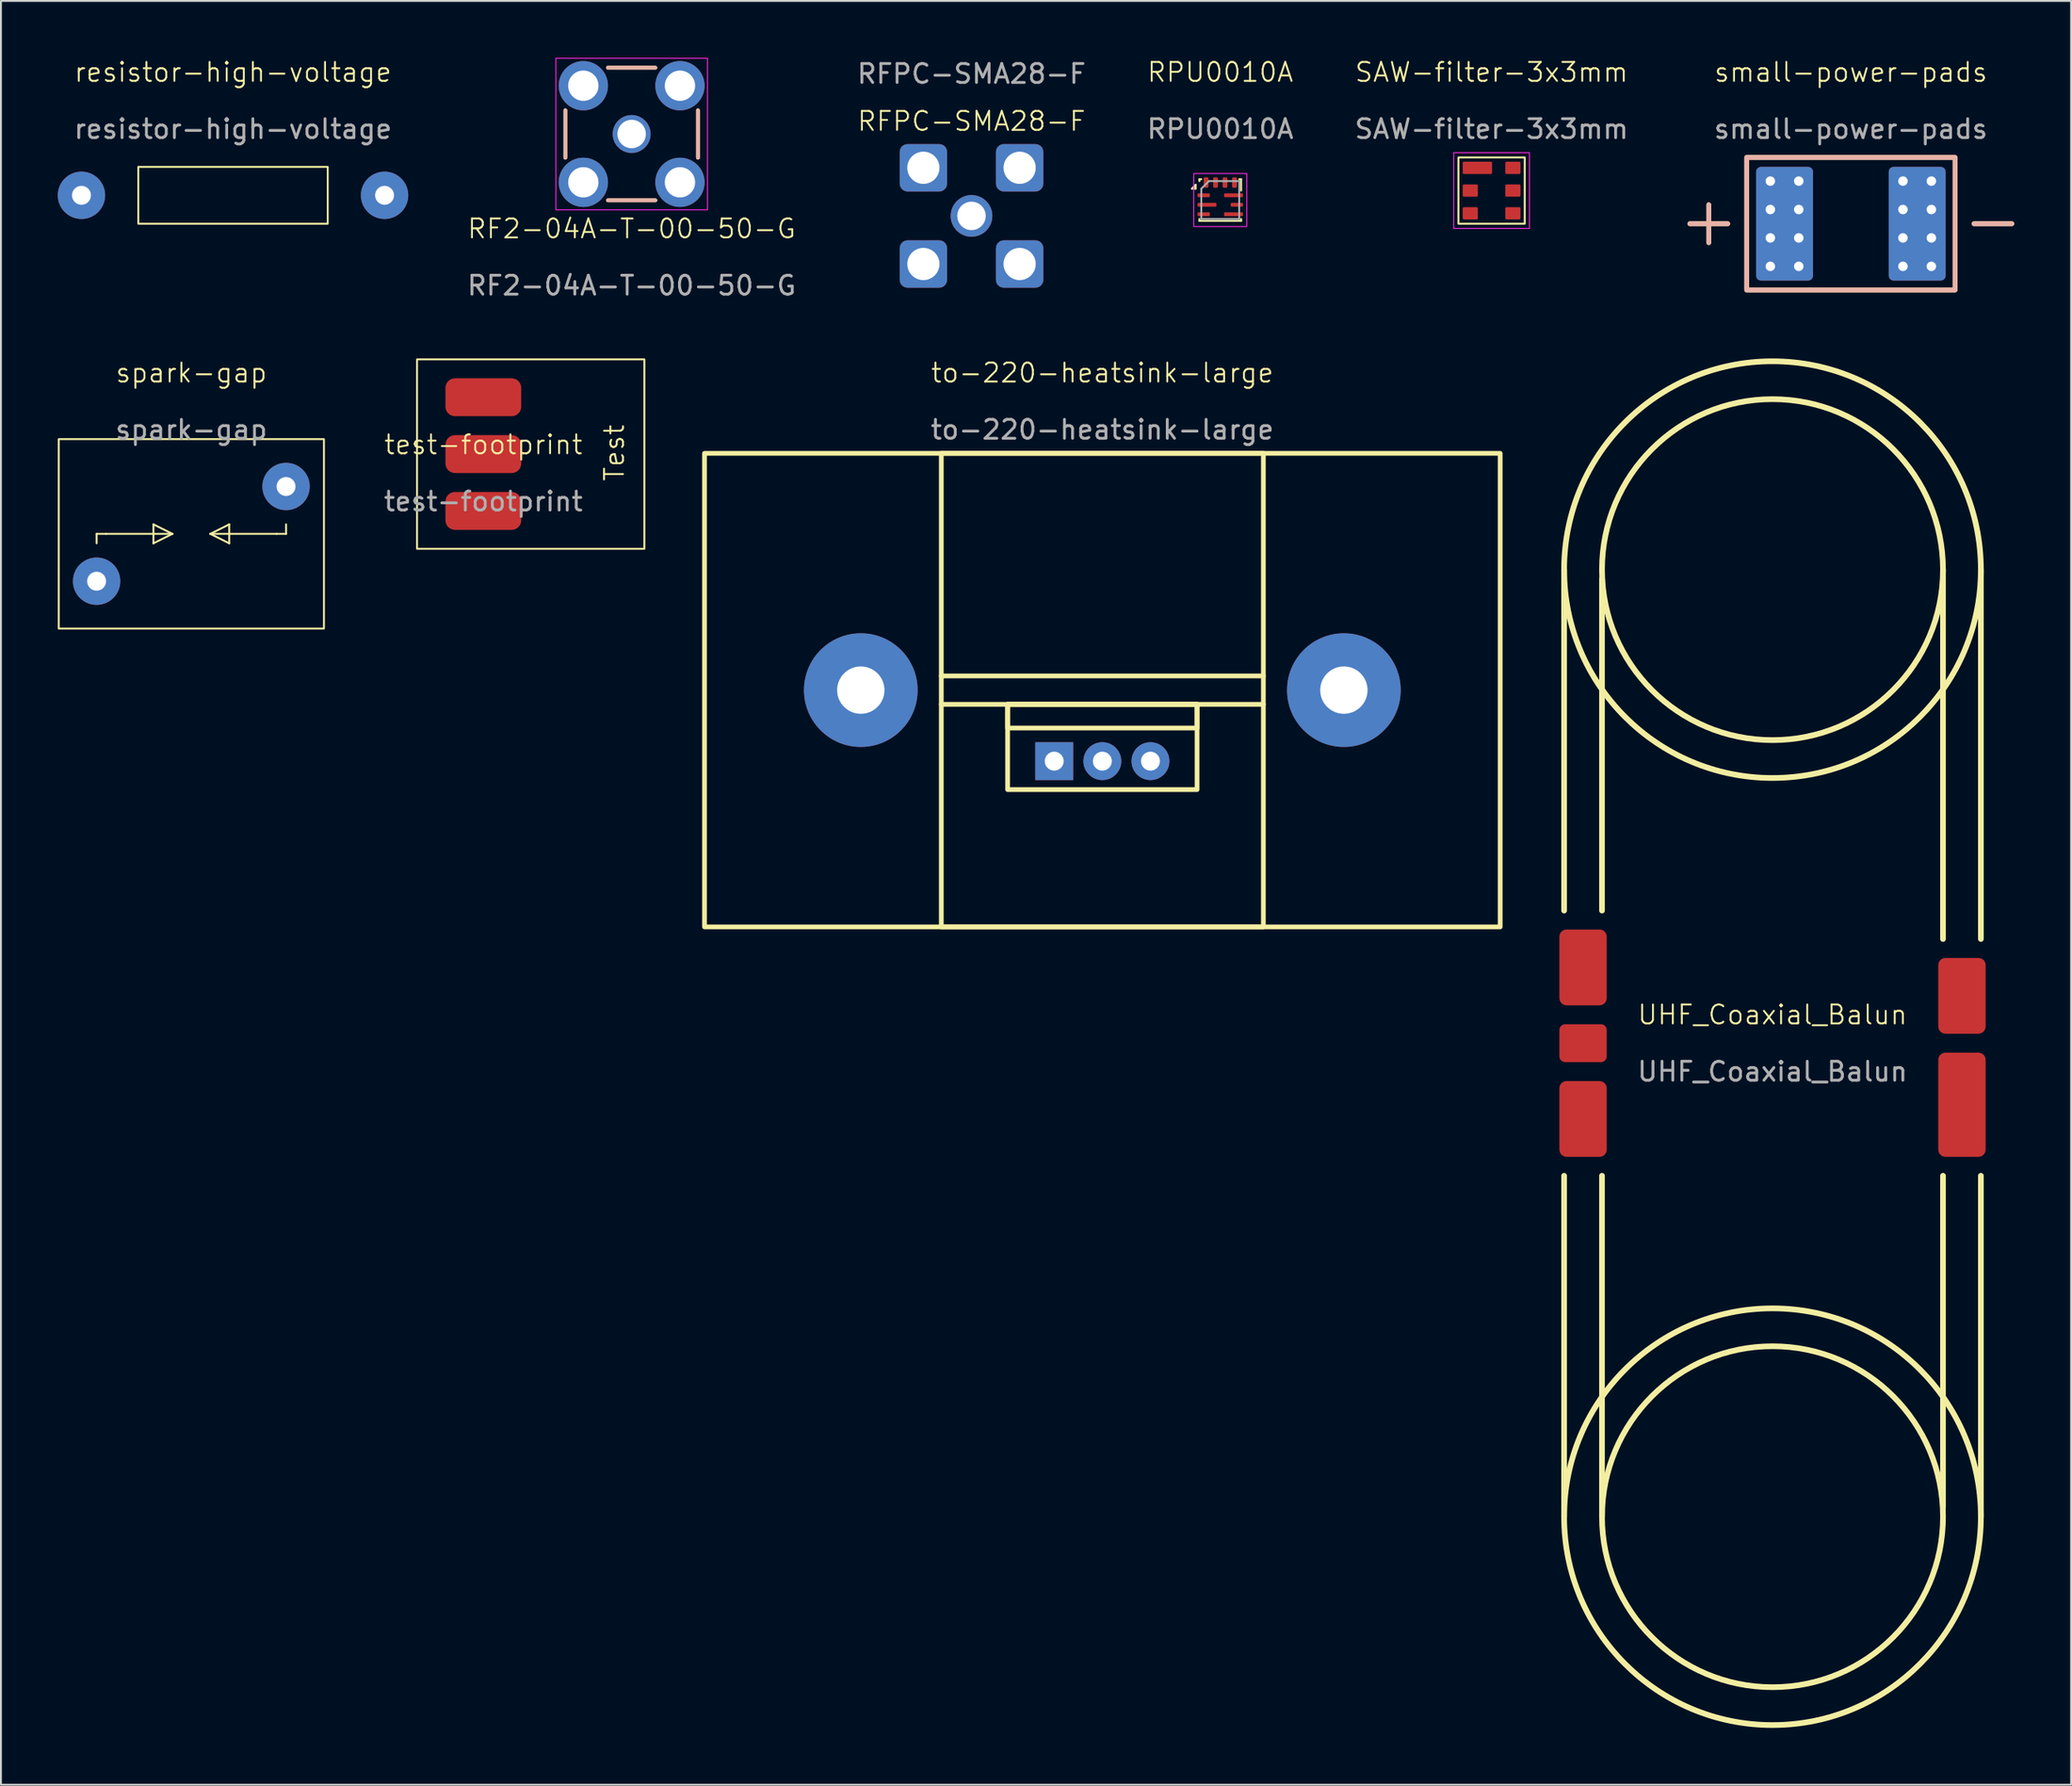
<source format=kicad_pcb>
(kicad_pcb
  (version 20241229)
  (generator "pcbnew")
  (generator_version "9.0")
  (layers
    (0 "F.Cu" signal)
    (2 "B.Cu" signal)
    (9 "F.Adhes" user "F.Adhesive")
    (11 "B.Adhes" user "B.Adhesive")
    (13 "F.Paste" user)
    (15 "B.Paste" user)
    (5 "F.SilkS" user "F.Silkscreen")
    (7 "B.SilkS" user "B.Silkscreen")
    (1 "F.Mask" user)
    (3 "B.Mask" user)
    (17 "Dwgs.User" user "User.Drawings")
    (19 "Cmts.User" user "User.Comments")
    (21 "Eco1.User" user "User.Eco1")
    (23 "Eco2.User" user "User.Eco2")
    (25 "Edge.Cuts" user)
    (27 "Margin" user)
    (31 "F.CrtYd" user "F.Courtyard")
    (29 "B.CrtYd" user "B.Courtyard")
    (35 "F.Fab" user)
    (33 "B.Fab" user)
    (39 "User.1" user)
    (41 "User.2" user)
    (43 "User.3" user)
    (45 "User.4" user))
  (footprint "UHF_Coaxial_Balun"
    (layer "F.Cu")
    (at 90.513 52.023)
    (property "Reference" "UHF_Coaxial_Balun" (at 0 -1.5 0) (unlocked yes) (layer "F.SilkS") (effects (font (size 1 1) (thickness 0.1))))
    (attr through_hole)
    (fp_line (start -11 -7) (end -11 -25) (stroke (width 0.3) (type solid)) (layer "F.SilkS"))
    (fp_line (start -11 7) (end -11 25) (stroke (width 0.3) (type solid)) (layer "F.SilkS"))
    (fp_line (start -9 -7) (end -9 -24.5) (stroke (width 0.3) (type solid)) (layer "F.SilkS"))
    (fp_line (start -9 7) (end -9 25) (stroke (width 0.3) (type solid)) (layer "F.SilkS"))
    (fp_line (start 9 -5.5) (end 9 -25) (stroke (width 0.3) (type solid)) (layer "F.SilkS"))
    (fp_line (start 9 7) (end 9 24.5) (stroke (width 0.3) (type solid)) (layer "F.SilkS"))
    (fp_line (start 11 -5.5) (end 11 -25) (stroke (width 0.3) (type solid)) (layer "F.SilkS"))
    (fp_line (start 11 7) (end 11 25) (stroke (width 0.3) (type solid)) (layer "F.SilkS"))
    (fp_circle (center 0 -25) (end 9 -25) (stroke (width 0.3) (type solid)) (fill no) (layer "F.SilkS"))
    (fp_circle (center 0 -25) (end 11 -25) (stroke (width 0.3) (type solid)) (fill no) (layer "F.SilkS"))
    (fp_circle (center 0 25) (end -11 25) (stroke (width 0.3) (type solid)) (fill no) (layer "F.SilkS"))
    (fp_circle (center 0 25) (end -9 25) (stroke (width 0.3) (type solid)) (fill no) (layer "F.SilkS"))
    (fp_text user "${REFERENCE}" (at 0 1.5 0) (unlocked yes) (layer "F.Fab") (effects (font (size 1 1) (thickness 0.15))))
    (pad "1" smd roundrect (at -10 -4 90) (size 4 2.5) (layers "F.Cu" "F.Mask" "F.Paste") (roundrect_rratio 0.15))
    (pad "2" smd roundrect (at -10 0 180) (size 2.5 2) (layers "F.Cu" "F.Mask" "F.Paste") (roundrect_rratio 0.15))
    (pad "3" smd roundrect (at -10 4 90) (size 4 2.5) (layers "F.Cu" "F.Mask" "F.Paste") (roundrect_rratio 0.15))
    (pad "4" smd roundrect (at 10 3.25 90) (size 5.5 2.5) (layers "F.Cu" "F.Mask" "F.Paste") (roundrect_rratio 0.15))
    (pad "5" smd roundrect (at 10 -2.5 90) (size 4 2.5) (layers "F.Cu" "F.Mask" "F.Paste") (roundrect_rratio 0.15)))
  (footprint "spark-gap"
    (layer "F.Cu")
    (at 7.05 25.134)
    (property "Reference" "spark-gap" (at 0 -8.5 0) (unlocked yes) (layer "F.SilkS") (effects (font (size 1 1) (thickness 0.1))))
    (attr through_hole)
    (fp_line (start -5 0) (end -5 0.5) (stroke (width 0.1) (type default)) (layer "F.SilkS"))
    (fp_line (start -4.5 0) (end -5 0) (stroke (width 0.1) (type default)) (layer "F.SilkS"))
    (fp_line (start -4.5 0) (end -1 0) (stroke (width 0.1) (type default)) (layer "F.SilkS"))
    (fp_line (start -2 -0.5) (end -2 0.5) (stroke (width 0.1) (type default)) (layer "F.SilkS"))
    (fp_line (start -2 0.5) (end -1 0) (stroke (width 0.1) (type default)) (layer "F.SilkS"))
    (fp_line (start -1 0) (end -2 -0.5) (stroke (width 0.1) (type default)) (layer "F.SilkS"))
    (fp_line (start 1 0) (end 2 -0.5) (stroke (width 0.1) (type default)) (layer "F.SilkS"))
    (fp_line (start 2 -0.5) (end 2 0.5) (stroke (width 0.1) (type default)) (layer "F.SilkS"))
    (fp_line (start 2 0.5) (end 1 0) (stroke (width 0.1) (type default)) (layer "F.SilkS"))
    (fp_line (start 4.5 0) (end 1 0) (stroke (width 0.1) (type default)) (layer "F.SilkS"))
    (fp_line (start 4.5 0) (end 5 0) (stroke (width 0.1) (type default)) (layer "F.SilkS"))
    (fp_line (start 5 0) (end 5 -0.5) (stroke (width 0.1) (type default)) (layer "F.SilkS"))
    (fp_rect (start -7 -5) (end 7 5) (stroke (width 0.1) (type default)) (fill no) (layer "F.SilkS"))
    (fp_text user "${REFERENCE}" (at 0 -5.5 0) (unlocked yes) (layer "F.Fab") (effects (font (size 1 1) (thickness 0.15))))
    (pad "1" thru_hole circle (at -5 2.5) (size 2.5 2.5) (drill 1) (layers "*.Cu" "*.Mask"))
    (pad "2" thru_hole circle (at 5 -2.5) (size 2.5 2.5) (drill 1) (layers "*.Cu" "*.Mask")))
  (footprint "resistor-high-voltage"
    (layer "F.Cu")
    (at 9.25 7.261)
    (property "Reference" "resistor-high-voltage" (at 0 -6.5 0) (unlocked yes) (layer "F.SilkS") (effects (font (size 1 1) (thickness 0.1))))
    (attr through_hole)
    (fp_rect (start -5 -1.5) (end 5 1.5) (stroke (width 0.1) (type default)) (fill no) (layer "F.SilkS"))
    (fp_text user "${REFERENCE}" (at 0 -3.5 0) (unlocked yes) (layer "F.Fab") (effects (font (size 1 1) (thickness 0.15))))
    (pad "1" thru_hole circle (at -8 0) (size 2.5 2.5) (drill 1) (layers "*.Cu" "*.Mask"))
    (pad "2" thru_hole circle (at 8 0) (size 2.5 2.5) (drill 1) (layers "*.Cu" "*.Mask")))
  (footprint "RPU0010A"
    (layer "F.Cu")
    (at 61.363 7.511)
    (property "Reference" "RPU0010A" (at 0 -6.75 0) (unlocked yes) (layer "F.SilkS") (effects (font (size 1 1) (thickness 0.1))))
    (attr smd)
    (fp_line (start -1.5 -0.6) (end -1.3 -0.8) (stroke (width 0.1) (type default)) (layer "F.SilkS"))
    (fp_line (start -1.3 -0.8) (end -1.4 -0.6) (stroke (width 0.1) (type default)) (layer "F.SilkS"))
    (fp_line (start -1.3 -0.8) (end -1.3 -0.6) (stroke (width 0.1) (type default)) (layer "F.SilkS"))
    (fp_line (start -1.3 -0.6) (end -1.5 -0.6) (stroke (width 0.1) (type default)) (layer "F.SilkS"))
    (fp_line (start -1.1 -1.1) (end -1 -1.1) (stroke (width 0.1) (type default)) (layer "F.SilkS"))
    (fp_line (start -1.1 -1) (end -1.1 -1.1) (stroke (width 0.1) (type default)) (layer "F.SilkS"))
    (fp_line (start -1.1 1) (end -1.1 1.1) (stroke (width 0.1) (type default)) (layer "F.SilkS"))
    (fp_line (start -1.1 1.1) (end 1.1 1.1) (stroke (width 0.1) (type default)) (layer "F.SilkS"))
    (fp_line (start 1.1 -1.1) (end 1 -1.1) (stroke (width 0.1) (type default)) (layer "F.SilkS"))
    (fp_line (start 1.1 -0.5) (end 1.1 -1.1) (stroke (width 0.1) (type default)) (layer "F.SilkS"))
    (fp_line (start 1.1 1.1) (end 1.1 1) (stroke (width 0.1) (type default)) (layer "F.SilkS"))
    (fp_rect (start -1.4 -1.4) (end 1.4 1.4) (stroke (width 0.05) (type default)) (fill no) (layer "F.CrtYd"))
    (fp_line (start -1 -0.6) (end -0.6 -1) (stroke (width 0.1) (type default)) (layer "F.Fab"))
    (fp_line (start -1 1) (end -1 -0.6) (stroke (width 0.1) (type default)) (layer "F.Fab"))
    (fp_line (start -0.6 -1) (end 1 -1) (stroke (width 0.1) (type default)) (layer "F.Fab"))
    (fp_line (start 1 -1) (end 1 1) (stroke (width 0.1) (type default)) (layer "F.Fab"))
    (fp_line (start 1 1) (end -1 1) (stroke (width 0.1) (type default)) (layer "F.Fab"))
    (fp_text user "${REFERENCE}" (at 0 -3.75 0) (unlocked yes) (layer "F.Fab") (effects (font (size 1 1) (thickness 0.15))))
    (pad "1" smd roundrect (at -0.875 -0.25) (size 0.65 0.2) (layers "F.Cu" "F.Mask" "F.Paste") (roundrect_rratio 0.25))
    (pad "2" smd roundrect (at -0.7 0.25) (size 1 0.2) (layers "F.Cu" "F.Mask" "F.Paste") (roundrect_rratio 0.25))
    (pad "3" smd roundrect (at -0.875 0.75) (size 0.65 0.2) (layers "F.Cu" "F.Mask" "F.Paste") (roundrect_rratio 0.25))
    (pad "4" smd roundrect (at 0.7 0.75) (size 1 0.2) (layers "F.Cu" "F.Mask" "F.Paste") (roundrect_rratio 0.25))
    (pad "5" smd roundrect (at 0.875 0.25) (size 0.65 0.2) (layers "F.Cu" "F.Mask" "F.Paste") (roundrect_rratio 0.25))
    (pad "6" smd roundrect (at 0.7 -0.25) (size 1 0.2) (layers "F.Cu" "F.Mask" "F.Paste") (roundrect_rratio 0.25))
    (pad "7" smd roundrect (at 0.75 -0.925 90) (size 0.55 0.25) (layers "F.Cu" "F.Mask" "F.Paste") (roundrect_rratio 0.25))
    (pad "8" smd roundrect (at 0.25 -0.925 90) (size 0.55 0.25) (layers "F.Cu" "F.Mask" "F.Paste") (roundrect_rratio 0.25))
    (pad "9" smd roundrect (at -0.25 -0.925 90) (size 0.55 0.25) (layers "F.Cu" "F.Mask" "F.Paste") (roundrect_rratio 0.25))
    (pad "10" smd roundrect (at -0.75 -0.925 90) (size 0.55 0.25) (layers "F.Cu" "F.Mask" "F.Paste") (roundrect_rratio 0.25)))
  (footprint "small-power-pads"
    (layer "F.Cu")
    (at 94.649 8.761)
    (property "Reference" "small-power-pads" (at 0 -8 0) (unlocked yes) (layer "F.SilkS") (effects (font (size 1 1) (thickness 0.1))))
    (attr through_hole)
    (fp_line (start -8.5 0) (end -6.5 0) (stroke (width 0.25) (type default)) (layer "F.SilkS"))
    (fp_line (start -7.5 1) (end -7.5 -1) (stroke (width 0.25) (type default)) (layer "F.SilkS"))
    (fp_line (start 6.5 0) (end 8.5 0) (stroke (width 0.25) (type default)) (layer "F.SilkS"))
    (fp_rect (start -5.5 -3.5) (end 5.5 3.5) (stroke (width 0.25) (type default)) (fill no) (layer "F.SilkS"))
    (fp_line (start -7.5 1) (end -7.5 -1) (stroke (width 0.25) (type default)) (layer "B.SilkS"))
    (fp_line (start -6.5 0) (end -8.5 0) (stroke (width 0.25) (type default)) (layer "B.SilkS"))
    (fp_line (start 8.5 0) (end 6.5 0) (stroke (width 0.25) (type default)) (layer "B.SilkS"))
    (fp_rect (start -5.5 -3.5) (end 5.5 3.5) (stroke (width 0.25) (type default)) (fill no) (layer "B.SilkS"))
    (fp_text user "${REFERENCE}" (at 0 -5 0) (unlocked yes) (layer "F.Fab") (effects (font (size 1 1) (thickness 0.15))))
    (pad "1" thru_hole circle (at -4.25 -2.25 90) (size 1 1) (drill 0.5) (layers "*.Cu" "*.Mask"))
    (pad "1" thru_hole circle (at -4.25 -0.75 90) (size 1 1) (drill 0.5) (layers "*.Cu" "*.Mask"))
    (pad "1" thru_hole circle (at -4.25 0.75 90) (size 1 1) (drill 0.5) (layers "*.Cu" "*.Mask"))
    (pad "1" thru_hole circle (at -4.25 2.25 90) (size 1 1) (drill 0.5) (layers "*.Cu" "*.Mask"))
    (pad "1" smd roundrect (at -3.5 0) (size 3 6) (layers "F.Cu" "F.Mask" "F.Paste") (roundrect_rratio 0.083))
    (pad "1" smd roundrect (at -3.5 0) (size 3 6) (layers "B.Cu" "B.Mask" "B.Paste") (roundrect_rratio 0.083))
    (pad "1" thru_hole circle (at -2.75 -2.25 90) (size 1 1) (drill 0.5) (layers "*.Cu" "*.Mask"))
    (pad "1" thru_hole circle (at -2.75 -0.75 90) (size 1 1) (drill 0.5) (layers "*.Cu" "*.Mask"))
    (pad "1" thru_hole circle (at -2.75 0.75 90) (size 1 1) (drill 0.5) (layers "*.Cu" "*.Mask"))
    (pad "1" thru_hole circle (at -2.75 2.25 90) (size 1 1) (drill 0.5) (layers "*.Cu" "*.Mask"))
    (pad "2" thru_hole circle (at 2.75 -2.25 90) (size 1 1) (drill 0.5) (layers "*.Cu" "*.Mask"))
    (pad "2" thru_hole circle (at 2.75 -0.75 90) (size 1 1) (drill 0.5) (layers "*.Cu" "*.Mask"))
    (pad "2" thru_hole circle (at 2.75 0.75 90) (size 1 1) (drill 0.5) (layers "*.Cu" "*.Mask"))
    (pad "2" thru_hole circle (at 2.75 2.25 90) (size 1 1) (drill 0.5) (layers "*.Cu" "*.Mask"))
    (pad "2" smd roundrect (at 3.5 0) (size 3 6) (layers "F.Cu" "F.Mask" "F.Paste") (roundrect_rratio 0.083))
    (pad "2" smd roundrect (at 3.5 0) (size 3 6) (layers "B.Cu" "B.Mask" "B.Paste") (roundrect_rratio 0.083))
    (pad "2" thru_hole circle (at 4.25 -2.25 90) (size 1 1) (drill 0.5) (layers "*.Cu" "*.Mask"))
    (pad "2" thru_hole circle (at 4.25 -0.75 90) (size 1 1) (drill 0.5) (layers "*.Cu" "*.Mask"))
    (pad "2" thru_hole circle (at 4.25 0.75 90) (size 1 1) (drill 0.5) (layers "*.Cu" "*.Mask"))
    (pad "2" thru_hole circle (at 4.25 2.25 90) (size 1 1) (drill 0.5) (layers "*.Cu" "*.Mask")))
  (footprint "SAW-filter-3x3mm"
    (layer "F.Cu")
    (at 75.685 7.011)
    (property "Reference" "SAW-filter-3x3mm" (at 0 -6.25 0) (unlocked yes) (layer "F.SilkS") (effects (font (size 1 1) (thickness 0.1))))
    (attr smd)
    (fp_rect (start -1.75 -1.75) (end 1.75 1.75) (stroke (width 0.1) (type default)) (fill no) (layer "F.SilkS"))
    (fp_rect (start -2 -2) (end 2 2) (stroke (width 0.05) (type default)) (fill no) (layer "F.CrtYd"))
    (fp_text user "${REFERENCE}" (at 0 -3.25 0) (unlocked yes) (layer "F.Fab") (effects (font (size 1 1) (thickness 0.15))))
    (pad "1" smd roundrect (at -0.75 -1.2) (size 1.55 0.65) (layers "F.Cu" "F.Mask" "F.Paste") (roundrect_rratio 0.1))
    (pad "2" smd roundrect (at -1.125 0) (size 0.8 0.65) (layers "F.Cu" "F.Mask" "F.Paste") (roundrect_rratio 0.1))
    (pad "3" smd roundrect (at -1.125 1.2) (size 0.8 0.65) (layers "F.Cu" "F.Mask" "F.Paste") (roundrect_rratio 0.1))
    (pad "4" smd roundrect (at 1.125 1.2) (size 0.8 0.65) (layers "F.Cu" "F.Mask" "F.Paste") (roundrect_rratio 0.1))
    (pad "5" smd roundrect (at 1.125 0) (size 0.8 0.65) (layers "F.Cu" "F.Mask" "F.Paste") (roundrect_rratio 0.1))
    (pad "6" smd roundrect (at 1.125 -1.2) (size 0.8 0.65) (layers "F.Cu" "F.Mask" "F.Paste") (roundrect_rratio 0.1)))
  (footprint "RF2-04A-T-00-50-G"
    (layer "F.Cu")
    (at 30.292 4.025)
    (property "Reference" "RF2-04A-T-00-50-G" (at 0 5 0) (unlocked yes) (layer "F.SilkS") (effects (font (size 1 1) (thickness 0.1))))
    (attr through_hole)
    (fp_line (start -3.5 1.25) (end -3.5 -1.25) (stroke (width 0.2) (type default)) (layer "F.SilkS"))
    (fp_line (start -1.25 -3.5) (end 1.25 -3.5) (stroke (width 0.2) (type default)) (layer "F.SilkS"))
    (fp_line (start 1.25 3.5) (end -1.25 3.5) (stroke (width 0.2) (type default)) (layer "F.SilkS"))
    (fp_line (start 3.5 1.25) (end 3.5 -1.25) (stroke (width 0.2) (type default)) (layer "F.SilkS"))
    (fp_line (start -3.5 -1.25) (end -3.5 1.25) (stroke (width 0.2) (type default)) (layer "B.SilkS"))
    (fp_line (start -1.25 -3.5) (end 1.25 -3.5) (stroke (width 0.2) (type default)) (layer "B.SilkS"))
    (fp_line (start 1.25 3.5) (end -1.25 3.5) (stroke (width 0.2) (type default)) (layer "B.SilkS"))
    (fp_line (start 3.5 -1.25) (end 3.5 1.25) (stroke (width 0.2) (type default)) (layer "B.SilkS"))
    (fp_rect (start -4 -4) (end 4 4) (stroke (width 0.05) (type default)) (fill no) (layer "F.CrtYd"))
    (fp_text user "${REFERENCE}" (at 0 8 0) (unlocked yes) (layer "F.Fab") (effects (font (size 1 1) (thickness 0.15))))
    (pad "1" thru_hole circle (at 0 0) (size 2 2) (drill 1.5) (layers "*.Cu" "*.Mask"))
    (pad "2" thru_hole circle (at -2.55 -2.55) (size 2.6 2.6) (drill 1.6) (layers "*.Cu" "*.Mask"))
    (pad "2" thru_hole circle (at -2.55 2.55) (size 2.6 2.6) (drill 1.6) (layers "*.Cu" "*.Mask"))
    (pad "2" thru_hole circle (at 2.55 -2.55) (size 2.6 2.6) (drill 1.6) (layers "*.Cu" "*.Mask"))
    (pad "2" thru_hole circle (at 2.55 2.55) (size 2.6 2.6) (drill 1.6) (layers "*.Cu" "*.Mask")))
  (footprint "test-footprint"
    (layer "F.Cu")
    (at 22.463 20.923)
    (property "Reference" "test-footprint" (at 0 -0.5 0) (unlocked yes) (layer "F.SilkS") (effects (font (size 1 1) (thickness 0.1))))
    (attr smd)
    (fp_rect (start -3.5 -5) (end 8.5 5) (stroke (width 0.1) (type default)) (fill no) (layer "F.SilkS"))
    (fp_text user "Test" (at 7.5 1.5 90) (unlocked yes) (layer "F.SilkS") (effects (font (size 1 1) (thickness 0.1)) (justify left bottom)))
    (fp_text user "${REFERENCE}" (at 0 2.5 0) (unlocked yes) (layer "F.Fab") (effects (font (size 1 1) (thickness 0.15))))
    (pad "1" smd roundrect (at 0 -3) (size 4 2) (layers "F.Cu" "F.Mask" "F.Paste") (roundrect_rratio 0.25))
    (pad "2" smd roundrect (at 0 0) (size 4 2) (layers "F.Cu" "F.Mask" "F.Paste") (roundrect_rratio 0.25))
    (pad "3" smd roundrect (at 0 3) (size 4 2) (layers "F.Cu" "F.Mask" "F.Paste") (roundrect_rratio 0.25)))
  (footprint "to-220-heatsink-large"
    (layer "F.Cu")
    (at 55.138 33.384)
    (property "Reference" "to-220-heatsink-large" (at 0 -16.75 0) (unlocked yes) (layer "F.SilkS") (effects (font (size 1 1) (thickness 0.1))))
    (attr through_hole)
    (fp_line (start -8.5 0.75) (end 8.5 0.75) (stroke (width 0.25) (type default)) (layer "F.SilkS"))
    (fp_line (start 8.5 -0.75) (end -8.5 -0.75) (stroke (width 0.25) (type default)) (layer "F.SilkS"))
    (fp_rect (start -21 -12.5) (end 21 12.5) (stroke (width 0.25) (type default)) (fill no) (layer "F.SilkS"))
    (fp_rect (start -8.5 -12.5) (end 8.5 12.5) (stroke (width 0.25) (type default)) (fill no) (layer "F.SilkS"))
    (fp_rect (start -5 0.75) (end 5 2) (stroke (width 0.25) (type default)) (fill no) (layer "F.SilkS"))
    (fp_rect (start -5 0.75) (end 5 5.25) (stroke (width 0.25) (type default)) (fill no) (layer "F.SilkS"))
    (fp_text user "${REFERENCE}" (at 0 -13.75 0) (unlocked yes) (layer "F.Fab") (effects (font (size 1 1) (thickness 0.15))))
    (pad "1" thru_hole rect (at -2.54 3.75) (size 2 2) (drill 1) (layers "*.Cu" "*.Mask"))
    (pad "2" thru_hole circle (at 0 3.75) (size 2 2) (drill 1) (layers "*.Cu" "*.Mask"))
    (pad "3" thru_hole circle (at 2.54 3.75) (size 2 2) (drill 1) (layers "*.Cu" "*.Mask"))
    (pad "4" thru_hole circle (at -12.75 0) (size 6 6) (drill 2.5) (layers "*.Cu" "*.Mask"))
    (pad "4" thru_hole circle (at 12.75 0) (size 6 6) (drill 2.5) (layers "*.Cu" "*.Mask")))
  (footprint "RFPC-SMA28-F"
    (layer "F.Cu")
    (at 48.232 8.348)
    (property "Reference" "RFPC-SMA28-F" (at 0 -5 0) (unlocked yes) (layer "F.SilkS") (effects (font (size 1 1) (thickness 0.1))))
    (attr through_hole)
    (fp_text user "${REFERENCE}" (at 0 -7.5 0) (unlocked yes) (layer "F.Fab") (effects (font (size 1 1) (thickness 0.15))))
    (pad "1" thru_hole circle (at 0 0) (size 2.2 2.2) (drill 1.5) (layers "*.Cu" "*.Mask"))
    (pad "2" thru_hole roundrect (at -2.54 -2.54) (size 2.5 2.5) (drill 1.7) (layers "*.Cu" "*.Mask") (roundrect_rratio 0.164))
    (pad "2" thru_hole roundrect (at -2.54 2.54) (size 2.5 2.5) (drill 1.7) (layers "*.Cu" "*.Mask") (roundrect_rratio 0.164))
    (pad "2" thru_hole roundrect (at 2.54 -2.54) (size 2.5 2.5) (drill 1.7) (layers "*.Cu" "*.Mask") (roundrect_rratio 0.164))
    (pad "2" thru_hole roundrect (at 2.54 2.54) (size 2.5 2.5) (drill 1.7) (layers "*.Cu" "*.Mask") (roundrect_rratio 0.164)))
  (gr_rect
    (start -3 -3)
    (end 106.274 91.173)
    (stroke (width 0.1) (type default))
    (fill no)
    (layer "Edge.Cuts")))
</source>
